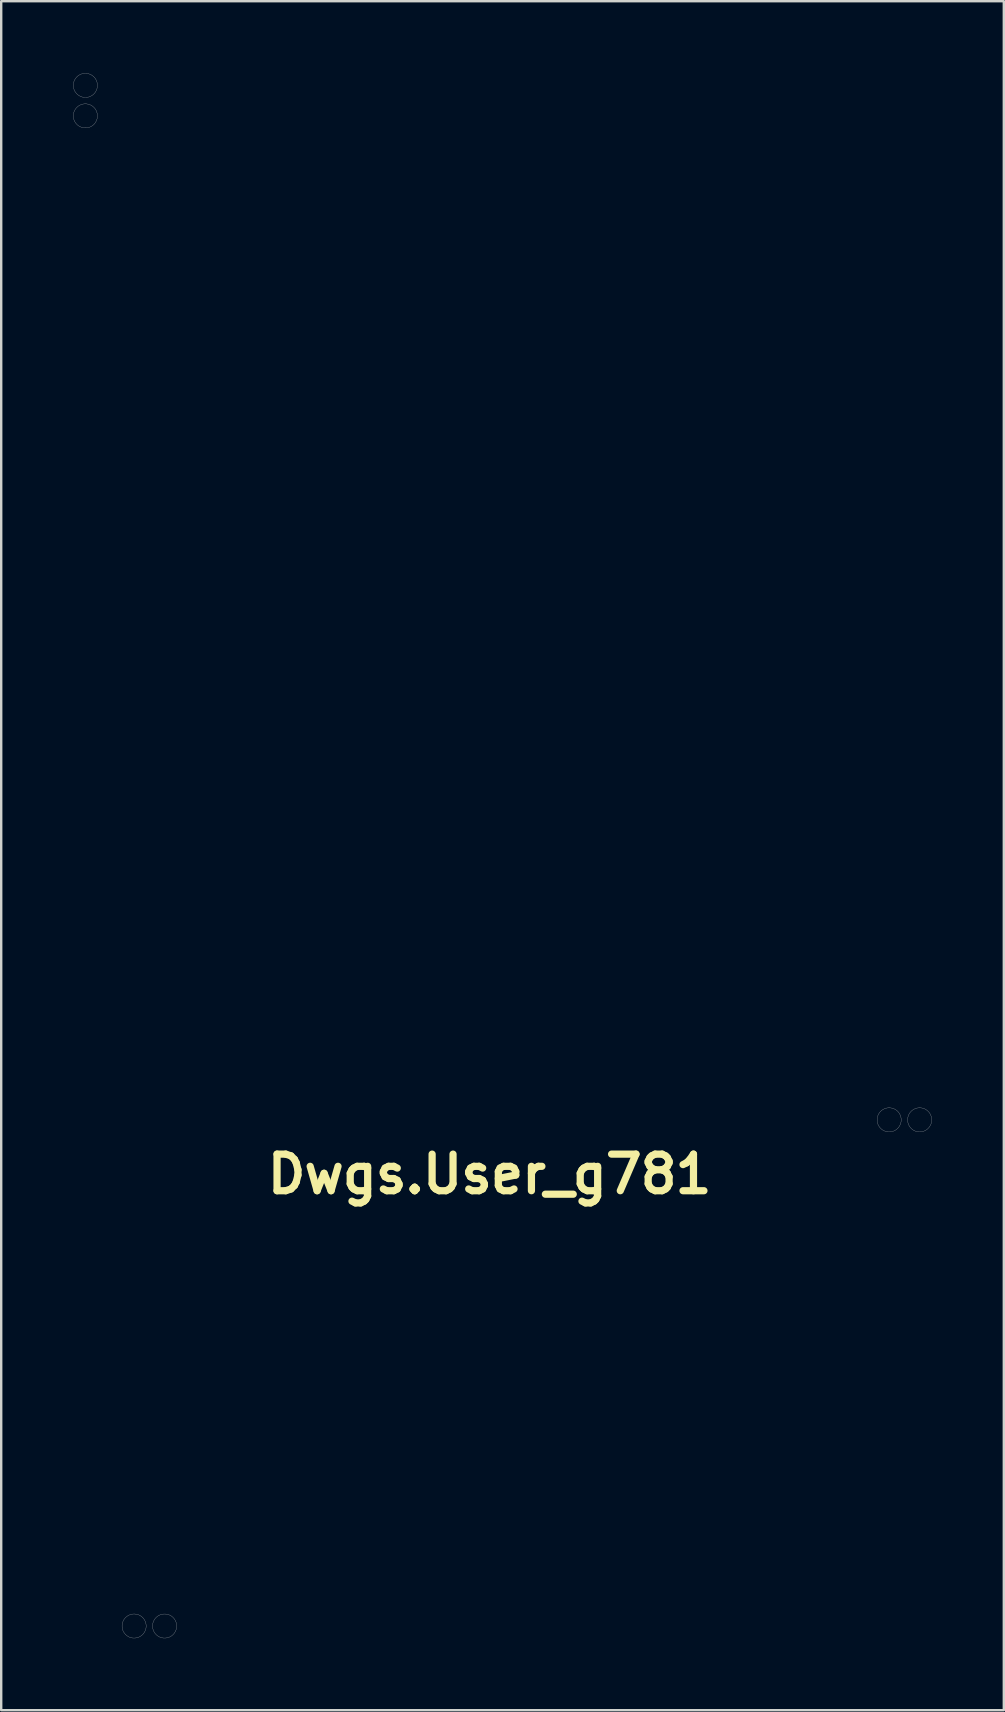
<source format=kicad_pcb>
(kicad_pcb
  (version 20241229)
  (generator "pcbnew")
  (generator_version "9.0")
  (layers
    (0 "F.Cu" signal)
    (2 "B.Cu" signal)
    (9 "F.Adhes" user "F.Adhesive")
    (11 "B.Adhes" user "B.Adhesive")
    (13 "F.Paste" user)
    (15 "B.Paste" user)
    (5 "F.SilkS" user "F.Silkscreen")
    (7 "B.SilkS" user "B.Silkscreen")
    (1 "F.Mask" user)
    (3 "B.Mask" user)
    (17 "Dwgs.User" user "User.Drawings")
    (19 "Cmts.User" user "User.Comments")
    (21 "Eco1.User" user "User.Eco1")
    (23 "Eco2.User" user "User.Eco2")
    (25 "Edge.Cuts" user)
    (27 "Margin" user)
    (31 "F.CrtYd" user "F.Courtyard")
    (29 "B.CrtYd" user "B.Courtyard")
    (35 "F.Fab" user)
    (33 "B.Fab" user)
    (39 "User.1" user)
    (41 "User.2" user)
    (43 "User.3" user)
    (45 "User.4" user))
  (footprint "Dwgs.User_g781"
    (layer "F.Cu")
    (at 17.343 45.855)
    (property "Reference" "Dwgs.User_g781" (at 0 0 0) (layer "F.SilkS") (effects (font (size 1.524 1.524) (thickness 0.3))))
    (attr through_hole)
    (fp_poly (pts (xy -14.728 18.326) (xy -14.667 18.339) (xy -14.608 18.36) (xy -14.552 18.388) (xy -14.548 18.391) (xy -14.495 18.427) (xy -14.449 18.469) (xy -14.409 18.515) (xy -14.375 18.565) (xy -14.348 18.618) (xy -14.327 18.674) (xy -14.314 18.731) (xy -14.306 18.79) (xy -14.306 18.849) (xy -14.313 18.908) (xy -14.327 18.966) (xy -14.348 19.022) (xy -14.376 19.077) (xy -14.411 19.129) (xy -14.453 19.177) (xy -14.454 19.177) (xy -14.501 19.219) (xy -14.554 19.254) (xy -14.611 19.283) (xy -14.671 19.304) (xy -14.705 19.312) (xy -14.736 19.317) (xy -14.772 19.32) (xy -14.811 19.321) (xy -14.848 19.32) (xy -14.883 19.317) (xy -14.902 19.314) (xy -14.962 19.299) (xy -15.02 19.276) (xy -15.075 19.245) (xy -15.127 19.207) (xy -15.166 19.171) (xy -15.207 19.123) (xy -15.241 19.073) (xy -15.269 19.02) (xy -15.289 18.961) (xy -15.294 18.945) (xy -15.301 18.91) (xy -15.306 18.868) (xy -15.308 18.825) (xy -15.307 18.782) (xy -15.303 18.744) (xy -15.301 18.734) (xy -15.286 18.67) (xy -15.263 18.611) (xy -15.234 18.556) (xy -15.198 18.505) (xy -15.156 18.46) (xy -15.109 18.42) (xy -15.057 18.386) (xy -15.001 18.358) (xy -14.94 18.338) (xy -14.877 18.324) (xy -14.852 18.321) (xy -14.79 18.32) (xy -14.728 18.326)) (stroke (width 0.01) (type solid)) (fill no) (layer "Dwgs.User"))
    (fp_poly (pts (xy 16.693 -2.76) (xy 16.74 -2.754) (xy 16.784 -2.744) (xy 16.826 -2.729) (xy 16.867 -2.711) (xy 16.923 -2.678) (xy 16.973 -2.64) (xy 17.017 -2.596) (xy 17.055 -2.547) (xy 17.086 -2.495) (xy 17.111 -2.439) (xy 17.129 -2.38) (xy 17.14 -2.318) (xy 17.143 -2.255) (xy 17.138 -2.192) (xy 17.126 -2.131) (xy 17.106 -2.073) (xy 17.079 -2.018) (xy 17.046 -1.966) (xy 17.006 -1.918) (xy 16.961 -1.875) (xy 16.911 -1.838) (xy 16.856 -1.808) (xy 16.845 -1.803) (xy 16.808 -1.788) (xy 16.774 -1.777) (xy 16.739 -1.77) (xy 16.701 -1.765) (xy 16.658 -1.763) (xy 16.654 -1.763) (xy 16.615 -1.763) (xy 16.584 -1.764) (xy 16.56 -1.766) (xy 16.553 -1.767) (xy 16.49 -1.783) (xy 16.43 -1.807) (xy 16.374 -1.837) (xy 16.323 -1.874) (xy 16.277 -1.916) (xy 16.237 -1.964) (xy 16.203 -2.017) (xy 16.175 -2.075) (xy 16.166 -2.1) (xy 16.151 -2.157) (xy 16.142 -2.216) (xy 16.14 -2.277) (xy 16.145 -2.336) (xy 16.156 -2.393) (xy 16.164 -2.42) (xy 16.189 -2.48) (xy 16.221 -2.536) (xy 16.259 -2.587) (xy 16.302 -2.632) (xy 16.351 -2.672) (xy 16.404 -2.705) (xy 16.461 -2.731) (xy 16.478 -2.737) (xy 16.507 -2.746) (xy 16.533 -2.753) (xy 16.558 -2.757) (xy 16.585 -2.76) (xy 16.615 -2.761) (xy 16.641 -2.762) (xy 16.693 -2.76)) (stroke (width 0.01) (type solid)) (fill no) (layer "Dwgs.User"))
    (fp_poly (pts (xy -16.791 -44.578) (xy -16.728 -44.568) (xy -16.664 -44.55) (xy -16.634 -44.538) (xy -16.595 -44.519) (xy -16.555 -44.493) (xy -16.515 -44.462) (xy -16.478 -44.428) (xy -16.444 -44.391) (xy -16.42 -44.358) (xy -16.389 -44.305) (xy -16.365 -44.247) (xy -16.347 -44.186) (xy -16.34 -44.15) (xy -16.337 -44.117) (xy -16.337 -44.079) (xy -16.338 -44.04) (xy -16.342 -44.003) (xy -16.347 -43.969) (xy -16.351 -43.955) (xy -16.372 -43.891) (xy -16.4 -43.833) (xy -16.434 -43.779) (xy -16.475 -43.73) (xy -16.521 -43.688) (xy -16.573 -43.651) (xy -16.63 -43.621) (xy -16.691 -43.598) (xy -16.719 -43.59) (xy -16.743 -43.586) (xy -16.773 -43.582) (xy -16.806 -43.58) (xy -16.841 -43.579) (xy -16.875 -43.58) (xy -16.905 -43.581) (xy -16.927 -43.584) (xy -16.989 -43.6) (xy -17.049 -43.624) (xy -17.105 -43.655) (xy -17.158 -43.693) (xy -17.202 -43.735) (xy -17.243 -43.784) (xy -17.277 -43.836) (xy -17.304 -43.892) (xy -17.324 -43.954) (xy -17.33 -43.98) (xy -17.334 -44.009) (xy -17.337 -44.042) (xy -17.338 -44.079) (xy -17.337 -44.116) (xy -17.334 -44.15) (xy -17.33 -44.178) (xy -17.33 -44.179) (xy -17.312 -44.243) (xy -17.287 -44.302) (xy -17.255 -44.357) (xy -17.215 -44.409) (xy -17.194 -44.431) (xy -17.145 -44.475) (xy -17.092 -44.511) (xy -17.036 -44.539) (xy -16.978 -44.561) (xy -16.917 -44.574) (xy -16.855 -44.58) (xy -16.791 -44.578)) (stroke (width 0.01) (type solid)) (fill no) (layer "Dwgs.User"))
    (fp_poly (pts (xy -16.791 -45.848) (xy -16.728 -45.838) (xy -16.664 -45.82) (xy -16.634 -45.808) (xy -16.595 -45.789) (xy -16.555 -45.763) (xy -16.515 -45.732) (xy -16.478 -45.698) (xy -16.444 -45.661) (xy -16.42 -45.628) (xy -16.389 -45.575) (xy -16.365 -45.517) (xy -16.347 -45.456) (xy -16.34 -45.42) (xy -16.337 -45.387) (xy -16.337 -45.349) (xy -16.338 -45.31) (xy -16.342 -45.273) (xy -16.347 -45.239) (xy -16.351 -45.225) (xy -16.372 -45.161) (xy -16.4 -45.103) (xy -16.434 -45.049) (xy -16.475 -45) (xy -16.521 -44.958) (xy -16.573 -44.921) (xy -16.63 -44.891) (xy -16.691 -44.868) (xy -16.719 -44.86) (xy -16.743 -44.856) (xy -16.773 -44.852) (xy -16.806 -44.85) (xy -16.841 -44.849) (xy -16.875 -44.85) (xy -16.905 -44.851) (xy -16.927 -44.854) (xy -16.989 -44.87) (xy -17.049 -44.894) (xy -17.105 -44.925) (xy -17.158 -44.963) (xy -17.202 -45.005) (xy -17.243 -45.054) (xy -17.277 -45.106) (xy -17.304 -45.162) (xy -17.324 -45.224) (xy -17.33 -45.25) (xy -17.334 -45.279) (xy -17.337 -45.312) (xy -17.338 -45.349) (xy -17.337 -45.386) (xy -17.334 -45.42) (xy -17.33 -45.448) (xy -17.33 -45.449) (xy -17.312 -45.513) (xy -17.287 -45.572) (xy -17.255 -45.627) (xy -17.215 -45.679) (xy -17.194 -45.701) (xy -17.145 -45.745) (xy -17.092 -45.781) (xy -17.036 -45.81) (xy -16.978 -45.831) (xy -16.917 -45.844) (xy -16.855 -45.85) (xy -16.791 -45.848)) (stroke (width 0.01) (type solid)) (fill no) (layer "Dwgs.User"))
    (fp_poly (pts (xy 17.946 -2.761) (xy 17.976 -2.759) (xy 18.002 -2.756) (xy 18.027 -2.751) (xy 18.053 -2.744) (xy 18.075 -2.737) (xy 18.131 -2.714) (xy 18.184 -2.683) (xy 18.234 -2.646) (xy 18.279 -2.603) (xy 18.319 -2.556) (xy 18.352 -2.504) (xy 18.361 -2.487) (xy 18.384 -2.431) (xy 18.401 -2.372) (xy 18.41 -2.31) (xy 18.412 -2.248) (xy 18.407 -2.185) (xy 18.394 -2.125) (xy 18.387 -2.101) (xy 18.363 -2.043) (xy 18.332 -1.989) (xy 18.295 -1.939) (xy 18.251 -1.893) (xy 18.203 -1.853) (xy 18.15 -1.82) (xy 18.115 -1.803) (xy 18.078 -1.788) (xy 18.044 -1.777) (xy 18.009 -1.77) (xy 17.971 -1.765) (xy 17.928 -1.763) (xy 17.924 -1.763) (xy 17.885 -1.763) (xy 17.854 -1.764) (xy 17.83 -1.766) (xy 17.823 -1.767) (xy 17.759 -1.783) (xy 17.698 -1.807) (xy 17.642 -1.838) (xy 17.59 -1.876) (xy 17.557 -1.907) (xy 17.514 -1.956) (xy 17.477 -2.009) (xy 17.449 -2.066) (xy 17.428 -2.127) (xy 17.415 -2.191) (xy 17.412 -2.217) (xy 17.41 -2.281) (xy 17.416 -2.343) (xy 17.43 -2.403) (xy 17.45 -2.461) (xy 17.478 -2.516) (xy 17.512 -2.567) (xy 17.552 -2.613) (xy 17.597 -2.654) (xy 17.647 -2.69) (xy 17.703 -2.719) (xy 17.748 -2.737) (xy 17.777 -2.746) (xy 17.803 -2.753) (xy 17.828 -2.757) (xy 17.855 -2.76) (xy 17.886 -2.761) (xy 17.911 -2.762) (xy 17.946 -2.761)) (stroke (width 0.01) (type solid)) (fill no) (layer "Dwgs.User"))
    (fp_poly (pts (xy -13.474 18.324) (xy -13.41 18.336) (xy -13.35 18.355) (xy -13.293 18.382) (xy -13.24 18.416) (xy -13.19 18.458) (xy -13.183 18.466) (xy -13.14 18.515) (xy -13.104 18.568) (xy -13.075 18.625) (xy -13.053 18.687) (xy -13.045 18.722) (xy -13.041 18.749) (xy -13.038 18.781) (xy -13.037 18.817) (xy -13.038 18.853) (xy -13.04 18.886) (xy -13.044 18.914) (xy -13.045 18.919) (xy -13.062 18.982) (xy -13.087 19.042) (xy -13.118 19.097) (xy -13.156 19.147) (xy -13.199 19.192) (xy -13.247 19.231) (xy -13.3 19.264) (xy -13.357 19.29) (xy -13.418 19.308) (xy -13.435 19.312) (xy -13.466 19.317) (xy -13.502 19.32) (xy -13.541 19.321) (xy -13.578 19.32) (xy -13.613 19.317) (xy -13.632 19.314) (xy -13.692 19.299) (xy -13.75 19.276) (xy -13.805 19.245) (xy -13.857 19.207) (xy -13.896 19.171) (xy -13.937 19.124) (xy -13.97 19.075) (xy -13.997 19.023) (xy -14.018 18.964) (xy -14.024 18.945) (xy -14.028 18.93) (xy -14.031 18.916) (xy -14.033 18.903) (xy -14.034 18.887) (xy -14.035 18.868) (xy -14.035 18.843) (xy -14.035 18.824) (xy -14.035 18.789) (xy -14.034 18.76) (xy -14.032 18.736) (xy -14.029 18.715) (xy -14.023 18.693) (xy -14.016 18.67) (xy -14.01 18.651) (xy -13.984 18.593) (xy -13.952 18.538) (xy -13.913 18.488) (xy -13.867 18.443) (xy -13.817 18.404) (xy -13.764 18.373) (xy -13.712 18.35) (xy -13.66 18.334) (xy -13.605 18.324) (xy -13.547 18.321) (xy -13.54 18.321) (xy -13.474 18.324)) (stroke (width 0.01) (type solid)) (fill no) (layer "Dwgs.User")))
  (gr_rect
    (start -3 -3)
    (end 38.76 68.181)
    (stroke (width 0.1) (type default))
    (fill no)
    (layer "Edge.Cuts")))
</source>
